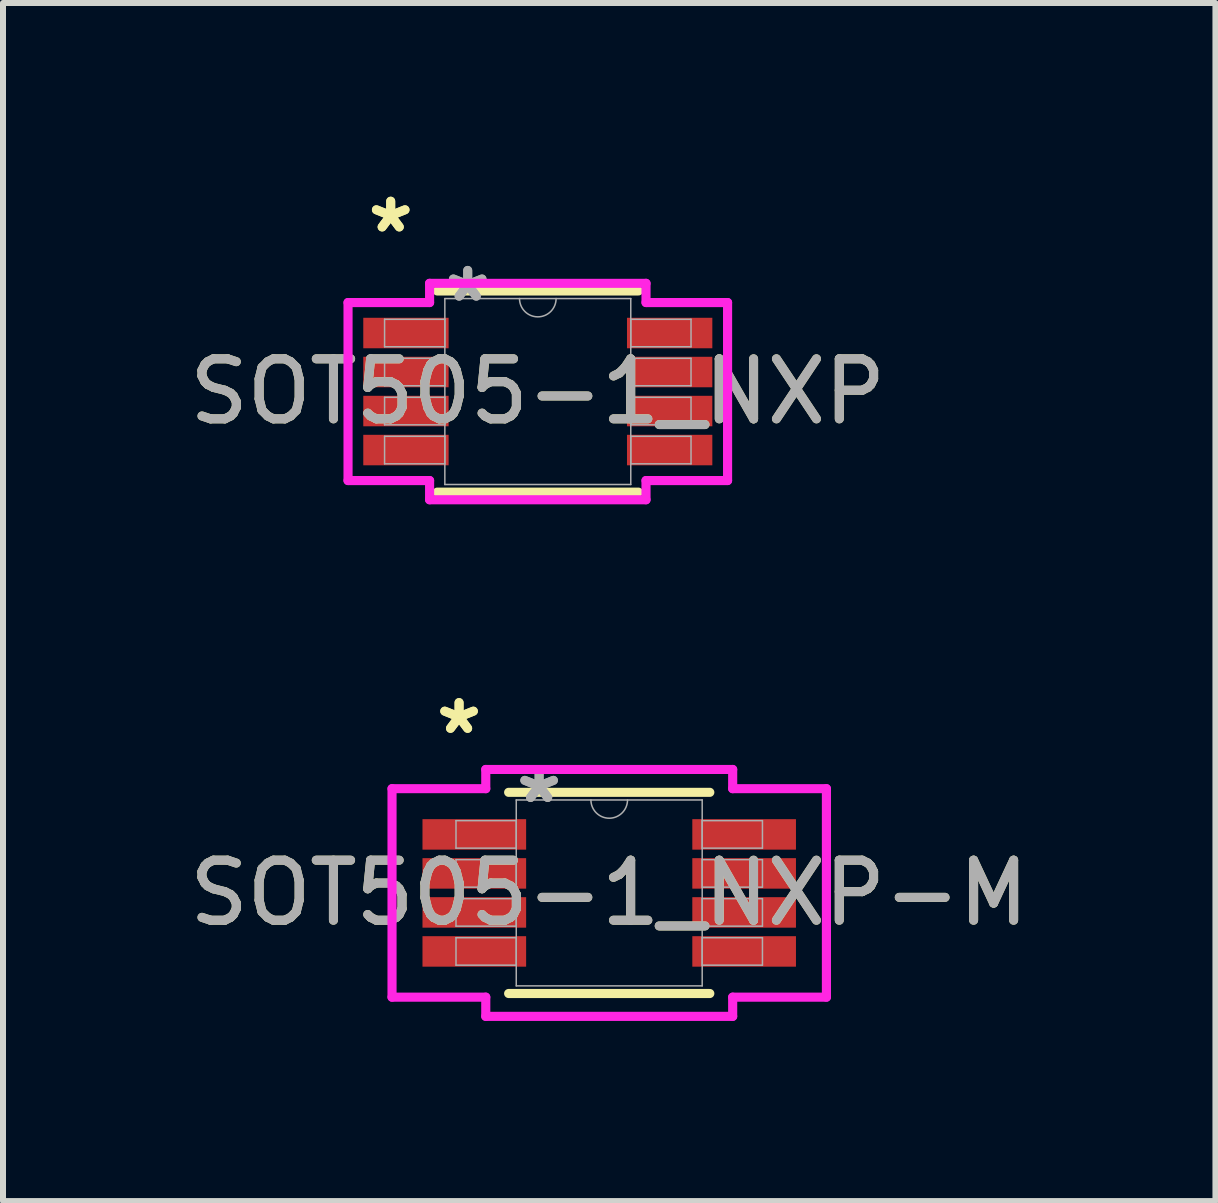
<source format=kicad_pcb>
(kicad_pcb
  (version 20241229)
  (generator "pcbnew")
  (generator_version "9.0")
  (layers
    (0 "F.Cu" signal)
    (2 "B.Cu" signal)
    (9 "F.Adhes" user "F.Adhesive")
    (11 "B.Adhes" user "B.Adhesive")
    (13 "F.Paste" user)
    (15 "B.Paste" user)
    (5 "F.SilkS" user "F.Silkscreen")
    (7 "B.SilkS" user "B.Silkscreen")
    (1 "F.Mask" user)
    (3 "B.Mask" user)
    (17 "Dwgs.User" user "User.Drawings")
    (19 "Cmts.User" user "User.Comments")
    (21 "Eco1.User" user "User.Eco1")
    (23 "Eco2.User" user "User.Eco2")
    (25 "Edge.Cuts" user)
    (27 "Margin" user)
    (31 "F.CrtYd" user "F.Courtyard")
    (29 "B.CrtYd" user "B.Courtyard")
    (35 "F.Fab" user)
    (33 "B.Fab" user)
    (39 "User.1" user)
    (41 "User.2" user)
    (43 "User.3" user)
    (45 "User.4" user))
  (footprint "SOT505-1_NXP"
    (layer "F.Cu")
    (at 5.911 3.474)
    (property "Reference" "SOT505-1_NXP" (at 0 0 0) (unlocked yes) (layer "F.SilkS") (effects (font (size 1 1) (thickness 0.15))))
    (attr smd)
    (fp_line (start -1.676 1.676) (end 1.676 1.676) (stroke (width 0.152) (type solid)) (layer "F.SilkS"))
    (fp_line (start 1.676 -1.676) (end -1.676 -1.676) (stroke (width 0.152) (type solid)) (layer "F.SilkS"))
    (fp_line (start -3.162 -1.483) (end -1.803 -1.483) (stroke (width 0.152) (type solid)) (layer "F.CrtYd"))
    (fp_line (start -3.162 1.483) (end -3.162 -1.483) (stroke (width 0.152) (type solid)) (layer "F.CrtYd"))
    (fp_line (start -3.162 1.483) (end -1.803 1.483) (stroke (width 0.152) (type solid)) (layer "F.CrtYd"))
    (fp_line (start -1.803 -1.803) (end 1.803 -1.803) (stroke (width 0.152) (type solid)) (layer "F.CrtYd"))
    (fp_line (start -1.803 -1.483) (end -1.803 -1.803) (stroke (width 0.152) (type solid)) (layer "F.CrtYd"))
    (fp_line (start -1.803 1.803) (end -1.803 1.483) (stroke (width 0.152) (type solid)) (layer "F.CrtYd"))
    (fp_line (start 1.803 -1.803) (end 1.803 -1.483) (stroke (width 0.152) (type solid)) (layer "F.CrtYd"))
    (fp_line (start 1.803 1.483) (end 1.803 1.803) (stroke (width 0.152) (type solid)) (layer "F.CrtYd"))
    (fp_line (start 1.803 1.803) (end -1.803 1.803) (stroke (width 0.152) (type solid)) (layer "F.CrtYd"))
    (fp_line (start 3.162 -1.483) (end 1.803 -1.483) (stroke (width 0.152) (type solid)) (layer "F.CrtYd"))
    (fp_line (start 3.162 -1.483) (end 3.162 1.483) (stroke (width 0.152) (type solid)) (layer "F.CrtYd"))
    (fp_line (start 3.162 1.483) (end 1.803 1.483) (stroke (width 0.152) (type solid)) (layer "F.CrtYd"))
    (fp_line (start -2.553 -1.204) (end -2.553 -0.746) (stroke (width 0.025) (type solid)) (layer "F.Fab"))
    (fp_line (start -2.553 -0.746) (end -1.549 -0.746) (stroke (width 0.025) (type solid)) (layer "F.Fab"))
    (fp_line (start -2.553 -0.554) (end -2.553 -0.096) (stroke (width 0.025) (type solid)) (layer "F.Fab"))
    (fp_line (start -2.553 -0.096) (end -1.549 -0.096) (stroke (width 0.025) (type solid)) (layer "F.Fab"))
    (fp_line (start -2.553 0.096) (end -2.553 0.554) (stroke (width 0.025) (type solid)) (layer "F.Fab"))
    (fp_line (start -2.553 0.554) (end -1.549 0.554) (stroke (width 0.025) (type solid)) (layer "F.Fab"))
    (fp_line (start -2.553 0.746) (end -2.553 1.204) (stroke (width 0.025) (type solid)) (layer "F.Fab"))
    (fp_line (start -2.553 1.204) (end -1.549 1.204) (stroke (width 0.025) (type solid)) (layer "F.Fab"))
    (fp_line (start -1.549 -1.549) (end -1.549 1.549) (stroke (width 0.025) (type solid)) (layer "F.Fab"))
    (fp_line (start -1.549 -1.204) (end -2.553 -1.204) (stroke (width 0.025) (type solid)) (layer "F.Fab"))
    (fp_line (start -1.549 -0.746) (end -1.549 -1.204) (stroke (width 0.025) (type solid)) (layer "F.Fab"))
    (fp_line (start -1.549 -0.554) (end -2.553 -0.554) (stroke (width 0.025) (type solid)) (layer "F.Fab"))
    (fp_line (start -1.549 -0.096) (end -1.549 -0.554) (stroke (width 0.025) (type solid)) (layer "F.Fab"))
    (fp_line (start -1.549 0.096) (end -2.553 0.096) (stroke (width 0.025) (type solid)) (layer "F.Fab"))
    (fp_line (start -1.549 0.554) (end -1.549 0.096) (stroke (width 0.025) (type solid)) (layer "F.Fab"))
    (fp_line (start -1.549 0.746) (end -2.553 0.746) (stroke (width 0.025) (type solid)) (layer "F.Fab"))
    (fp_line (start -1.549 1.204) (end -1.549 0.746) (stroke (width 0.025) (type solid)) (layer "F.Fab"))
    (fp_line (start -1.549 1.549) (end 1.549 1.549) (stroke (width 0.025) (type solid)) (layer "F.Fab"))
    (fp_line (start 1.549 -1.549) (end -1.549 -1.549) (stroke (width 0.025) (type solid)) (layer "F.Fab"))
    (fp_line (start 1.549 -1.204) (end 1.549 -0.746) (stroke (width 0.025) (type solid)) (layer "F.Fab"))
    (fp_line (start 1.549 -0.746) (end 2.553 -0.746) (stroke (width 0.025) (type solid)) (layer "F.Fab"))
    (fp_line (start 1.549 -0.554) (end 1.549 -0.096) (stroke (width 0.025) (type solid)) (layer "F.Fab"))
    (fp_line (start 1.549 -0.096) (end 2.553 -0.096) (stroke (width 0.025) (type solid)) (layer "F.Fab"))
    (fp_line (start 1.549 0.096) (end 1.549 0.554) (stroke (width 0.025) (type solid)) (layer "F.Fab"))
    (fp_line (start 1.549 0.554) (end 2.553 0.554) (stroke (width 0.025) (type solid)) (layer "F.Fab"))
    (fp_line (start 1.549 0.746) (end 1.549 1.204) (stroke (width 0.025) (type solid)) (layer "F.Fab"))
    (fp_line (start 1.549 1.204) (end 2.553 1.204) (stroke (width 0.025) (type solid)) (layer "F.Fab"))
    (fp_line (start 1.549 1.549) (end 1.549 -1.549) (stroke (width 0.025) (type solid)) (layer "F.Fab"))
    (fp_line (start 2.553 -1.204) (end 1.549 -1.204) (stroke (width 0.025) (type solid)) (layer "F.Fab"))
    (fp_line (start 2.553 -0.746) (end 2.553 -1.204) (stroke (width 0.025) (type solid)) (layer "F.Fab"))
    (fp_line (start 2.553 -0.554) (end 1.549 -0.554) (stroke (width 0.025) (type solid)) (layer "F.Fab"))
    (fp_line (start 2.553 -0.096) (end 2.553 -0.554) (stroke (width 0.025) (type solid)) (layer "F.Fab"))
    (fp_line (start 2.553 0.096) (end 1.549 0.096) (stroke (width 0.025) (type solid)) (layer "F.Fab"))
    (fp_line (start 2.553 0.554) (end 2.553 0.096) (stroke (width 0.025) (type solid)) (layer "F.Fab"))
    (fp_line (start 2.553 0.746) (end 1.549 0.746) (stroke (width 0.025) (type solid)) (layer "F.Fab"))
    (fp_line (start 2.553 1.204) (end 2.553 0.746) (stroke (width 0.025) (type solid)) (layer "F.Fab"))
    (fp_arc (start 0.3048 -1.5494) (mid 0 -1.2446) (end -0.3048 -1.5494) (stroke (width 0.0254) (type solid)) (layer "F.Fab"))
    (fp_text user "*" (at -2.451 -2.626 0) (unlocked yes) (layer "F.SilkS") (effects (font (size 1 1) (thickness 0.15))))
    (fp_text user "*" (at -2.451 -2.626 0) (layer "F.SilkS") (effects (font (size 1 1) (thickness 0.15))))
    (fp_text user "*" (at -1.168 -1.473 0) (layer "F.Fab") (effects (font (size 1 1) (thickness 0.15))))
    (fp_text user "*" (at -1.168 -1.473 0) (unlocked yes) (layer "F.Fab") (effects (font (size 1 1) (thickness 0.15))))
    (fp_text user "${REFERENCE}" (at 0 0 0) (unlocked yes) (layer "F.Fab") (effects (font (size 1 1) (thickness 0.15))))
    (pad "1" smd rect (at -2.197 -0.975) (size 1.422 0.508) (layers "F.Cu" "F.Mask" "F.Paste"))
    (pad "2" smd rect (at -2.197 -0.325) (size 1.422 0.508) (layers "F.Cu" "F.Mask" "F.Paste"))
    (pad "3" smd rect (at -2.197 0.325) (size 1.422 0.508) (layers "F.Cu" "F.Mask" "F.Paste"))
    (pad "4" smd rect (at -2.197 0.975) (size 1.422 0.508) (layers "F.Cu" "F.Mask" "F.Paste"))
    (pad "5" smd rect (at 2.197 0.975) (size 1.422 0.508) (layers "F.Cu" "F.Mask" "F.Paste"))
    (pad "6" smd rect (at 2.197 0.325) (size 1.422 0.508) (layers "F.Cu" "F.Mask" "F.Paste"))
    (pad "7" smd rect (at 2.197 -0.325) (size 1.422 0.508) (layers "F.Cu" "F.Mask" "F.Paste"))
    (pad "8" smd rect (at 2.197 -0.975) (size 1.422 0.508) (layers "F.Cu" "F.Mask" "F.Paste")))
  (footprint "SOT505-1_NXP-M"
    (layer "F.Cu")
    (at 7.101 11.828)
    (property "Reference" "SOT505-1_NXP-M" (at 0 0 0) (unlocked yes) (layer "F.SilkS") (effects (font (size 1 1) (thickness 0.15))))
    (attr smd)
    (fp_line (start -1.676 1.676) (end 1.676 1.676) (stroke (width 0.152) (type solid)) (layer "F.SilkS"))
    (fp_line (start 1.676 -1.676) (end -1.676 -1.676) (stroke (width 0.152) (type solid)) (layer "F.SilkS"))
    (fp_line (start -3.619 -1.737) (end -2.057 -1.737) (stroke (width 0.152) (type solid)) (layer "F.CrtYd"))
    (fp_line (start -3.619 1.737) (end -3.619 -1.737) (stroke (width 0.152) (type solid)) (layer "F.CrtYd"))
    (fp_line (start -3.619 1.737) (end -2.057 1.737) (stroke (width 0.152) (type solid)) (layer "F.CrtYd"))
    (fp_line (start -2.057 -2.057) (end 2.057 -2.057) (stroke (width 0.152) (type solid)) (layer "F.CrtYd"))
    (fp_line (start -2.057 -1.737) (end -2.057 -2.057) (stroke (width 0.152) (type solid)) (layer "F.CrtYd"))
    (fp_line (start -2.057 2.057) (end -2.057 1.737) (stroke (width 0.152) (type solid)) (layer "F.CrtYd"))
    (fp_line (start 2.057 -2.057) (end 2.057 -1.737) (stroke (width 0.152) (type solid)) (layer "F.CrtYd"))
    (fp_line (start 2.057 1.737) (end 2.057 2.057) (stroke (width 0.152) (type solid)) (layer "F.CrtYd"))
    (fp_line (start 2.057 2.057) (end -2.057 2.057) (stroke (width 0.152) (type solid)) (layer "F.CrtYd"))
    (fp_line (start 3.619 -1.737) (end 2.057 -1.737) (stroke (width 0.152) (type solid)) (layer "F.CrtYd"))
    (fp_line (start 3.619 -1.737) (end 3.619 1.737) (stroke (width 0.152) (type solid)) (layer "F.CrtYd"))
    (fp_line (start 3.619 1.737) (end 2.057 1.737) (stroke (width 0.152) (type solid)) (layer "F.CrtYd"))
    (fp_line (start -2.553 -1.204) (end -2.553 -0.746) (stroke (width 0.025) (type solid)) (layer "F.Fab"))
    (fp_line (start -2.553 -0.746) (end -1.549 -0.746) (stroke (width 0.025) (type solid)) (layer "F.Fab"))
    (fp_line (start -2.553 -0.554) (end -2.553 -0.096) (stroke (width 0.025) (type solid)) (layer "F.Fab"))
    (fp_line (start -2.553 -0.096) (end -1.549 -0.096) (stroke (width 0.025) (type solid)) (layer "F.Fab"))
    (fp_line (start -2.553 0.096) (end -2.553 0.554) (stroke (width 0.025) (type solid)) (layer "F.Fab"))
    (fp_line (start -2.553 0.554) (end -1.549 0.554) (stroke (width 0.025) (type solid)) (layer "F.Fab"))
    (fp_line (start -2.553 0.746) (end -2.553 1.204) (stroke (width 0.025) (type solid)) (layer "F.Fab"))
    (fp_line (start -2.553 1.204) (end -1.549 1.204) (stroke (width 0.025) (type solid)) (layer "F.Fab"))
    (fp_line (start -1.549 -1.549) (end -1.549 1.549) (stroke (width 0.025) (type solid)) (layer "F.Fab"))
    (fp_line (start -1.549 -1.204) (end -2.553 -1.204) (stroke (width 0.025) (type solid)) (layer "F.Fab"))
    (fp_line (start -1.549 -0.746) (end -1.549 -1.204) (stroke (width 0.025) (type solid)) (layer "F.Fab"))
    (fp_line (start -1.549 -0.554) (end -2.553 -0.554) (stroke (width 0.025) (type solid)) (layer "F.Fab"))
    (fp_line (start -1.549 -0.096) (end -1.549 -0.554) (stroke (width 0.025) (type solid)) (layer "F.Fab"))
    (fp_line (start -1.549 0.096) (end -2.553 0.096) (stroke (width 0.025) (type solid)) (layer "F.Fab"))
    (fp_line (start -1.549 0.554) (end -1.549 0.096) (stroke (width 0.025) (type solid)) (layer "F.Fab"))
    (fp_line (start -1.549 0.746) (end -2.553 0.746) (stroke (width 0.025) (type solid)) (layer "F.Fab"))
    (fp_line (start -1.549 1.204) (end -1.549 0.746) (stroke (width 0.025) (type solid)) (layer "F.Fab"))
    (fp_line (start -1.549 1.549) (end 1.549 1.549) (stroke (width 0.025) (type solid)) (layer "F.Fab"))
    (fp_line (start 1.549 -1.549) (end -1.549 -1.549) (stroke (width 0.025) (type solid)) (layer "F.Fab"))
    (fp_line (start 1.549 -1.204) (end 1.549 -0.746) (stroke (width 0.025) (type solid)) (layer "F.Fab"))
    (fp_line (start 1.549 -0.746) (end 2.553 -0.746) (stroke (width 0.025) (type solid)) (layer "F.Fab"))
    (fp_line (start 1.549 -0.554) (end 1.549 -0.096) (stroke (width 0.025) (type solid)) (layer "F.Fab"))
    (fp_line (start 1.549 -0.096) (end 2.553 -0.096) (stroke (width 0.025) (type solid)) (layer "F.Fab"))
    (fp_line (start 1.549 0.096) (end 1.549 0.554) (stroke (width 0.025) (type solid)) (layer "F.Fab"))
    (fp_line (start 1.549 0.554) (end 2.553 0.554) (stroke (width 0.025) (type solid)) (layer "F.Fab"))
    (fp_line (start 1.549 0.746) (end 1.549 1.204) (stroke (width 0.025) (type solid)) (layer "F.Fab"))
    (fp_line (start 1.549 1.204) (end 2.553 1.204) (stroke (width 0.025) (type solid)) (layer "F.Fab"))
    (fp_line (start 1.549 1.549) (end 1.549 -1.549) (stroke (width 0.025) (type solid)) (layer "F.Fab"))
    (fp_line (start 2.553 -1.204) (end 1.549 -1.204) (stroke (width 0.025) (type solid)) (layer "F.Fab"))
    (fp_line (start 2.553 -0.746) (end 2.553 -1.204) (stroke (width 0.025) (type solid)) (layer "F.Fab"))
    (fp_line (start 2.553 -0.554) (end 1.549 -0.554) (stroke (width 0.025) (type solid)) (layer "F.Fab"))
    (fp_line (start 2.553 -0.096) (end 2.553 -0.554) (stroke (width 0.025) (type solid)) (layer "F.Fab"))
    (fp_line (start 2.553 0.096) (end 1.549 0.096) (stroke (width 0.025) (type solid)) (layer "F.Fab"))
    (fp_line (start 2.553 0.554) (end 2.553 0.096) (stroke (width 0.025) (type solid)) (layer "F.Fab"))
    (fp_line (start 2.553 0.746) (end 1.549 0.746) (stroke (width 0.025) (type solid)) (layer "F.Fab"))
    (fp_line (start 2.553 1.204) (end 2.553 0.746) (stroke (width 0.025) (type solid)) (layer "F.Fab"))
    (fp_arc (start 0.3048 -1.5494) (mid 0 -1.2446) (end -0.3048 -1.5494) (stroke (width 0.0254) (type solid)) (layer "F.Fab"))
    (fp_text user "*" (at -2.502 -2.626 0) (unlocked yes) (layer "F.SilkS") (effects (font (size 1 1) (thickness 0.15))))
    (fp_text user "*" (at -2.502 -2.626 0) (layer "F.SilkS") (effects (font (size 1 1) (thickness 0.15))))
    (fp_text user "*" (at -1.168 -1.473 0) (layer "F.Fab") (effects (font (size 1 1) (thickness 0.15))))
    (fp_text user "${REFERENCE}" (at 0 0 0) (unlocked yes) (layer "F.Fab") (effects (font (size 1 1) (thickness 0.15))))
    (fp_text user "*" (at -1.168 -1.473 0) (unlocked yes) (layer "F.Fab") (effects (font (size 1 1) (thickness 0.15))))
    (pad "1" smd rect (at -2.248 -0.975) (size 1.727 0.508) (layers "F.Cu" "F.Mask" "F.Paste"))
    (pad "2" smd rect (at -2.248 -0.325) (size 1.727 0.508) (layers "F.Cu" "F.Mask" "F.Paste"))
    (pad "3" smd rect (at -2.248 0.325) (size 1.727 0.508) (layers "F.Cu" "F.Mask" "F.Paste"))
    (pad "4" smd rect (at -2.248 0.975) (size 1.727 0.508) (layers "F.Cu" "F.Mask" "F.Paste"))
    (pad "5" smd rect (at 2.248 0.975) (size 1.727 0.508) (layers "F.Cu" "F.Mask" "F.Paste"))
    (pad "6" smd rect (at 2.248 0.325) (size 1.727 0.508) (layers "F.Cu" "F.Mask" "F.Paste"))
    (pad "7" smd rect (at 2.248 -0.325) (size 1.727 0.508) (layers "F.Cu" "F.Mask" "F.Paste"))
    (pad "8" smd rect (at 2.248 -0.975) (size 1.727 0.508) (layers "F.Cu" "F.Mask" "F.Paste")))
  (gr_rect
    (start -3 -3)
    (end 17.202 16.962)
    (stroke (width 0.1) (type default))
    (fill no)
    (layer "Edge.Cuts")))
</source>
